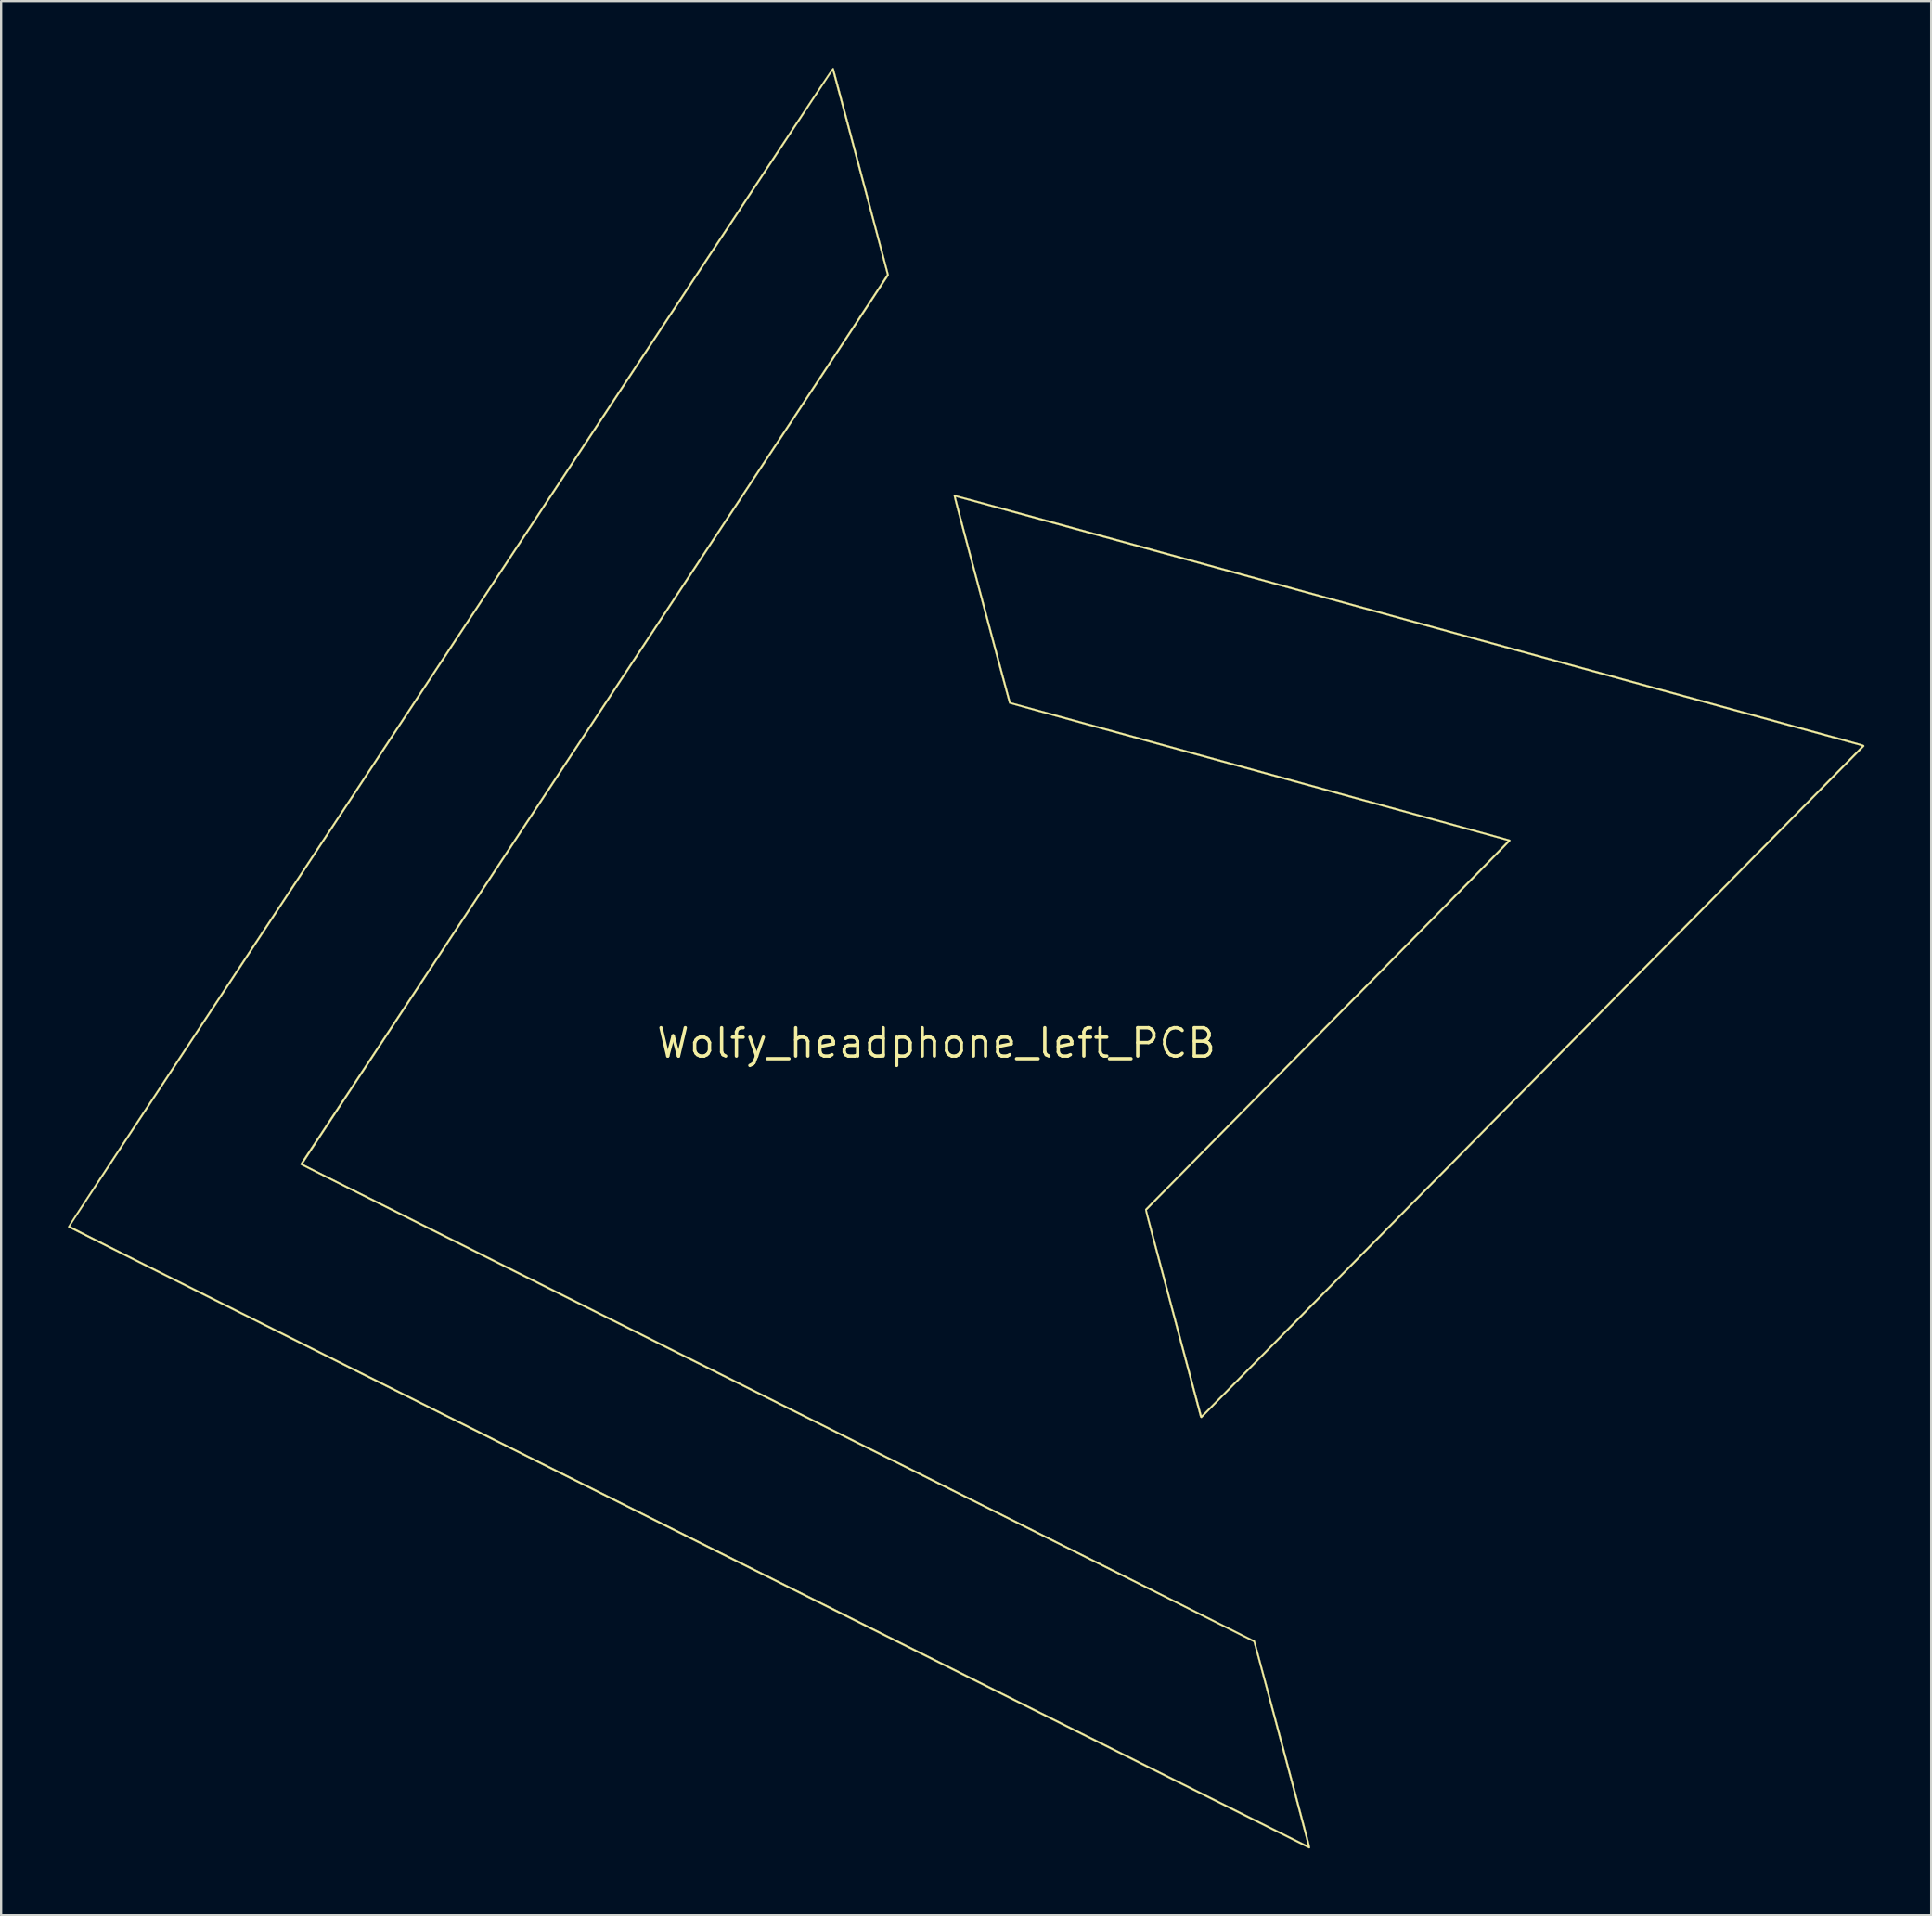
<source format=kicad_pcb>
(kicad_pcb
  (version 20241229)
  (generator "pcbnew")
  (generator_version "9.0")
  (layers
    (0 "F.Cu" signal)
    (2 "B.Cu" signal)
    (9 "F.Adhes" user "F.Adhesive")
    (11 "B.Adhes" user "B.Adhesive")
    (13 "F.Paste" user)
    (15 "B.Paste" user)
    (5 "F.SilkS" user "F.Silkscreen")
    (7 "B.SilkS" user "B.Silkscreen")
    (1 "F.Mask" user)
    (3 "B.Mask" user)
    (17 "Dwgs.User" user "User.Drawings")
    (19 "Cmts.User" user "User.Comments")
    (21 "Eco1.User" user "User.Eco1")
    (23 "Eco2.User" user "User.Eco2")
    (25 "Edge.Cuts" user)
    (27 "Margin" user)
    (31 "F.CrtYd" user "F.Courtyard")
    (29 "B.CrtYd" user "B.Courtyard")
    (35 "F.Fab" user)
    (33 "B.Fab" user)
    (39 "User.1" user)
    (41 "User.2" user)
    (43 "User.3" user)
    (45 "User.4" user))
  (footprint "Wolfy_headphone_left_PCB"
    (layer "F.Cu")
    (at 40.504 41.651)
    (property "Reference" "Wolfy_headphone_left_PCB" (at -1.5 2.15 180) (layer "F.SilkS") (effects (font (size 1.27 1.27) (thickness 0.15))))
    (attr through_hole)
    (fp_poly (pts (xy -0.703 -22.468) (xy -0.696 -22.467) (xy -0.686 -22.465) (xy -0.674 -22.463) (xy -0.658 -22.46) (xy -0.639 -22.456) (xy -0.616 -22.451) (xy -0.589 -22.444) (xy -0.557 -22.436) (xy -0.52 -22.427) (xy -0.478 -22.416) (xy -0.429 -22.404) (xy -0.375 -22.39) (xy -0.314 -22.373) (xy -0.246 -22.356) (xy -0.17 -22.335) (xy -0.087 -22.313) (xy 0.005 -22.289) (xy 0.104 -22.262) (xy 0.213 -22.233) (xy 0.331 -22.201) (xy 0.459 -22.166) (xy 0.597 -22.129) (xy 0.745 -22.088) (xy 0.904 -22.045) (xy 1.074 -21.999) (xy 1.256 -21.949) (xy 1.45 -21.896) (xy 1.656 -21.84) (xy 1.875 -21.78) (xy 2.107 -21.717) (xy 2.352 -21.649) (xy 2.611 -21.578) (xy 2.885 -21.503) (xy 3.173 -21.424) (xy 3.476 -21.341) (xy 3.795 -21.254) (xy 4.129 -21.162) (xy 4.48 -21.065) (xy 4.847 -20.965) (xy 5.231 -20.859) (xy 5.632 -20.749) (xy 6.051 -20.634) (xy 6.489 -20.513) (xy 6.944 -20.388) (xy 7.419 -20.258) (xy 7.913 -20.122) (xy 8.426 -19.981) (xy 8.959 -19.834) (xy 9.513 -19.682) (xy 10.087 -19.524) (xy 10.683 -19.36) (xy 11.3 -19.19) (xy 11.939 -19.014) (xy 12.601 -18.832) (xy 13.285 -18.644) (xy 13.992 -18.449) (xy 14.722 -18.248) (xy 15.477 -18.041) (xy 16.046 -17.884) (xy 16.875 -17.656) (xy 17.68 -17.435) (xy 18.461 -17.22) (xy 19.218 -17.011) (xy 19.953 -16.809) (xy 20.666 -16.613) (xy 21.356 -16.423) (xy 22.025 -16.239) (xy 22.673 -16.061) (xy 23.3 -15.888) (xy 23.907 -15.721) (xy 24.493 -15.56) (xy 25.061 -15.404) (xy 25.609 -15.253) (xy 26.138 -15.107) (xy 26.649 -14.967) (xy 27.142 -14.831) (xy 27.618 -14.7) (xy 28.077 -14.574) (xy 28.519 -14.452) (xy 28.945 -14.335) (xy 29.355 -14.222) (xy 29.75 -14.114) (xy 30.129 -14.009) (xy 30.494 -13.909) (xy 30.845 -13.812) (xy 31.183 -13.719) (xy 31.507 -13.63) (xy 31.818 -13.544) (xy 32.116 -13.462) (xy 32.403 -13.384) (xy 32.678 -13.308) (xy 32.941 -13.235) (xy 33.194 -13.166) (xy 33.436 -13.099) (xy 33.669 -13.035) (xy 33.891 -12.974) (xy 34.105 -12.915) (xy 34.31 -12.859) (xy 34.506 -12.805) (xy 34.694 -12.753) (xy 34.875 -12.703) (xy 35.049 -12.655) (xy 35.216 -12.609) (xy 35.377 -12.565) (xy 35.532 -12.522) (xy 35.682 -12.481) (xy 35.826 -12.442) (xy 35.966 -12.403) (xy 36.102 -12.366) (xy 36.234 -12.33) (xy 36.362 -12.294) (xy 36.488 -12.26) (xy 36.611 -12.226) (xy 36.731 -12.193) (xy 36.85 -12.16) (xy 36.968 -12.127) (xy 37.085 -12.095) (xy 37.201 -12.063) (xy 37.318 -12.031) (xy 37.434 -11.999) (xy 37.552 -11.967) (xy 37.67 -11.934) (xy 37.79 -11.901) (xy 37.912 -11.868) (xy 38.037 -11.834) (xy 38.124 -11.81) (xy 38.386 -11.737) (xy 38.625 -11.671) (xy 38.842 -11.612) (xy 39.038 -11.558) (xy 39.213 -11.509) (xy 39.369 -11.466) (xy 39.507 -11.427) (xy 39.629 -11.393) (xy 39.734 -11.363) (xy 39.825 -11.337) (xy 39.902 -11.315) (xy 39.967 -11.296) (xy 40.021 -11.28) (xy 40.063 -11.266) (xy 40.097 -11.255) (xy 40.123 -11.246) (xy 40.141 -11.238) (xy 40.153 -11.232) (xy 40.161 -11.227) (xy 40.165 -11.223) (xy 40.165 -11.223) (xy 40.173 -11.195) (xy 40.171 -11.178) (xy 40.162 -11.169) (xy 40.135 -11.142) (xy 40.091 -11.097) (xy 40.031 -11.035) (xy 39.954 -10.957) (xy 39.861 -10.863) (xy 39.752 -10.752) (xy 39.628 -10.626) (xy 39.489 -10.485) (xy 39.335 -10.329) (xy 39.167 -10.159) (xy 38.985 -9.974) (xy 38.79 -9.776) (xy 38.581 -9.564) (xy 38.36 -9.339) (xy 38.126 -9.102) (xy 37.88 -8.853) (xy 37.622 -8.591) (xy 37.353 -8.318) (xy 37.072 -8.034) (xy 36.781 -7.739) (xy 36.48 -7.433) (xy 36.169 -7.117) (xy 35.848 -6.792) (xy 35.518 -6.457) (xy 35.178 -6.113) (xy 34.831 -5.76) (xy 34.475 -5.399) (xy 34.111 -5.031) (xy 33.74 -4.654) (xy 33.361 -4.271) (xy 32.976 -3.88) (xy 32.585 -3.483) (xy 32.187 -3.08) (xy 31.784 -2.671) (xy 31.375 -2.256) (xy 30.961 -1.837) (xy 30.543 -1.413) (xy 30.12 -0.984) (xy 29.694 -0.552) (xy 29.264 -0.116) (xy 28.83 0.323) (xy 28.394 0.765) (xy 27.956 1.21) (xy 27.515 1.657) (xy 27.072 2.106) (xy 26.628 2.556) (xy 26.183 3.007) (xy 25.737 3.459) (xy 25.291 3.911) (xy 24.845 4.363) (xy 24.399 4.815) (xy 23.954 5.266) (xy 23.51 5.716) (xy 23.068 6.165) (xy 22.627 6.612) (xy 22.188 7.057) (xy 21.752 7.499) (xy 21.319 7.938) (xy 20.889 8.374) (xy 20.462 8.806) (xy 20.04 9.234) (xy 19.621 9.658) (xy 19.208 10.078) (xy 18.799 10.492) (xy 18.396 10.901) (xy 17.998 11.304) (xy 17.607 11.7) (xy 17.222 12.091) (xy 16.843 12.474) (xy 16.472 12.85) (xy 16.108 13.219) (xy 15.753 13.58) (xy 15.405 13.932) (xy 15.066 14.275) (xy 14.736 14.61) (xy 14.415 14.935) (xy 14.103 15.251) (xy 13.802 15.556) (xy 13.511 15.851) (xy 13.231 16.135) (xy 12.962 16.407) (xy 12.704 16.669) (xy 12.458 16.918) (xy 12.224 17.155) (xy 12.003 17.379) (xy 11.794 17.59) (xy 11.599 17.788) (xy 11.417 17.972) (xy 11.249 18.142) (xy 11.096 18.297) (xy 10.957 18.438) (xy 10.833 18.564) (xy 10.724 18.674) (xy 10.631 18.768) (xy 10.554 18.845) (xy 10.494 18.906) (xy 10.45 18.95) (xy 10.424 18.977) (xy 10.415 18.986) (xy 10.397 18.984) (xy 10.379 18.977) (xy 10.354 18.959) (xy 10.344 18.943) (xy 10.341 18.93) (xy 10.331 18.892) (xy 10.314 18.832) (xy 10.292 18.749) (xy 10.265 18.646) (xy 10.231 18.522) (xy 10.193 18.379) (xy 10.15 18.217) (xy 10.102 18.038) (xy 10.049 17.841) (xy 9.993 17.629) (xy 9.932 17.401) (xy 9.867 17.159) (xy 9.799 16.904) (xy 9.727 16.636) (xy 9.652 16.356) (xy 9.575 16.065) (xy 9.494 15.764) (xy 9.412 15.454) (xy 9.326 15.136) (xy 9.239 14.809) (xy 9.15 14.477) (xy 9.098 14.28) (xy 8.99 13.877) (xy 8.889 13.498) (xy 8.794 13.142) (xy 8.705 12.809) (xy 8.622 12.497) (xy 8.544 12.205) (xy 8.472 11.935) (xy 8.405 11.683) (xy 8.343 11.45) (xy 8.286 11.236) (xy 8.234 11.038) (xy 8.186 10.858) (xy 8.142 10.693) (xy 8.103 10.543) (xy 8.067 10.408) (xy 8.036 10.286) (xy 8.007 10.177) (xy 7.982 10.081) (xy 7.961 9.996) (xy 7.942 9.922) (xy 7.926 9.858) (xy 7.913 9.803) (xy 7.902 9.757) (xy 7.893 9.719) (xy 7.886 9.688) (xy 7.881 9.663) (xy 7.878 9.645) (xy 7.876 9.631) (xy 7.876 9.621) (xy 7.876 9.616) (xy 7.877 9.613) (xy 7.887 9.603) (xy 7.914 9.575) (xy 7.958 9.53) (xy 8.019 9.468) (xy 8.096 9.389) (xy 8.189 9.294) (xy 8.298 9.184) (xy 8.421 9.059) (xy 8.559 8.918) (xy 8.712 8.763) (xy 8.878 8.594) (xy 9.058 8.412) (xy 9.251 8.216) (xy 9.456 8.007) (xy 9.674 7.786) (xy 9.904 7.553) (xy 10.145 7.308) (xy 10.397 7.052) (xy 10.66 6.785) (xy 10.933 6.507) (xy 11.217 6.22) (xy 11.509 5.923) (xy 11.811 5.617) (xy 12.122 5.302) (xy 12.441 4.978) (xy 12.768 4.647) (xy 13.102 4.307) (xy 13.443 3.961) (xy 13.792 3.608) (xy 14.146 3.248) (xy 14.507 2.882) (xy 14.873 2.511) (xy 15.244 2.135) (xy 15.62 1.754) (xy 16 1.368) (xy 16.037 1.331) (xy 16.487 0.875) (xy 16.926 0.429) (xy 17.355 -0.006) (xy 17.773 -0.43) (xy 18.181 -0.843) (xy 18.577 -1.245) (xy 18.961 -1.636) (xy 19.334 -2.014) (xy 19.696 -2.381) (xy 20.044 -2.735) (xy 20.381 -3.077) (xy 20.705 -3.406) (xy 21.016 -3.722) (xy 21.314 -4.025) (xy 21.598 -4.314) (xy 21.869 -4.589) (xy 22.126 -4.851) (xy 22.369 -5.098) (xy 22.598 -5.33) (xy 22.812 -5.548) (xy 23.011 -5.752) (xy 23.196 -5.939) (xy 23.365 -6.112) (xy 23.518 -6.268) (xy 23.656 -6.409) (xy 23.778 -6.534) (xy 23.883 -6.642) (xy 23.972 -6.733) (xy 24.045 -6.808) (xy 24.1 -6.865) (xy 24.138 -6.905) (xy 24.159 -6.927) (xy 24.163 -6.932) (xy 24.15 -6.936) (xy 24.113 -6.946) (xy 24.053 -6.963) (xy 23.97 -6.986) (xy 23.866 -7.015) (xy 23.74 -7.05) (xy 23.594 -7.09) (xy 23.428 -7.136) (xy 23.242 -7.187) (xy 23.038 -7.243) (xy 22.816 -7.305) (xy 22.577 -7.371) (xy 22.321 -7.441) (xy 22.049 -7.516) (xy 21.761 -7.595) (xy 21.459 -7.679) (xy 21.143 -7.766) (xy 20.813 -7.856) (xy 20.471 -7.951) (xy 20.117 -8.048) (xy 19.751 -8.149) (xy 19.374 -8.253) (xy 18.987 -8.359) (xy 18.591 -8.468) (xy 18.186 -8.58) (xy 17.772 -8.693) (xy 17.351 -8.809) (xy 16.923 -8.927) (xy 16.489 -9.046) (xy 16.363 -9.081) (xy 15.898 -9.209) (xy 15.43 -9.338) (xy 14.957 -9.468) (xy 14.482 -9.598) (xy 14.006 -9.729) (xy 13.529 -9.86) (xy 13.053 -9.991) (xy 12.578 -10.122) (xy 12.107 -10.252) (xy 11.639 -10.38) (xy 11.177 -10.507) (xy 10.721 -10.633) (xy 10.272 -10.756) (xy 9.831 -10.877) (xy 9.4 -10.996) (xy 8.98 -11.112) (xy 8.571 -11.224) (xy 8.174 -11.333) (xy 7.792 -11.438) (xy 7.424 -11.539) (xy 7.072 -11.636) (xy 6.737 -11.728) (xy 6.421 -11.815) (xy 6.124 -11.897) (xy 5.847 -11.973) (xy 5.591 -12.044) (xy 5.358 -12.108) (xy 5.18 -12.156) (xy 4.893 -12.235) (xy 4.613 -12.313) (xy 4.339 -12.388) (xy 4.074 -12.461) (xy 3.818 -12.532) (xy 3.573 -12.6) (xy 3.339 -12.665) (xy 3.117 -12.726) (xy 2.908 -12.784) (xy 2.714 -12.839) (xy 2.534 -12.889) (xy 2.372 -12.934) (xy 2.226 -12.975) (xy 2.098 -13.011) (xy 1.99 -13.042) (xy 1.902 -13.067) (xy 1.835 -13.086) (xy 1.79 -13.099) (xy 1.769 -13.106) (xy 1.767 -13.107) (xy 1.762 -13.121) (xy 1.751 -13.158) (xy 1.735 -13.217) (xy 1.712 -13.299) (xy 1.684 -13.402) (xy 1.65 -13.526) (xy 1.611 -13.668) (xy 1.567 -13.83) (xy 1.519 -14.009) (xy 1.466 -14.205) (xy 1.408 -14.417) (xy 1.347 -14.645) (xy 1.282 -14.886) (xy 1.213 -15.142) (xy 1.141 -15.41) (xy 1.066 -15.689) (xy 0.988 -15.98) (xy 0.907 -16.281) (xy 0.824 -16.591) (xy 0.739 -16.91) (xy 0.652 -17.236) (xy 0.562 -17.569) (xy 0.506 -17.783) (xy 0.398 -18.185) (xy 0.297 -18.563) (xy 0.202 -18.918) (xy 0.113 -19.251) (xy 0.03 -19.562) (xy -0.047 -19.853) (xy -0.119 -20.123) (xy -0.186 -20.373) (xy -0.248 -20.605) (xy -0.305 -20.82) (xy -0.357 -21.016) (xy -0.405 -21.197) (xy -0.449 -21.361) (xy -0.488 -21.511) (xy -0.524 -21.646) (xy -0.556 -21.768) (xy -0.584 -21.877) (xy -0.609 -21.973) (xy -0.631 -22.059) (xy -0.65 -22.133) (xy -0.666 -22.198) (xy -0.68 -22.253) (xy -0.691 -22.3) (xy -0.7 -22.34) (xy -0.707 -22.372) (xy -0.709 -22.382) (xy -0.632 -22.382) (xy -0.63 -22.369) (xy -0.621 -22.333) (xy -0.606 -22.274) (xy -0.585 -22.194) (xy -0.559 -22.094) (xy -0.527 -21.974) (xy -0.491 -21.836) (xy -0.45 -21.68) (xy -0.405 -21.508) (xy -0.355 -21.322) (xy -0.302 -21.12) (xy -0.245 -20.906) (xy -0.185 -20.68) (xy -0.122 -20.442) (xy -0.056 -20.195) (xy 0.012 -19.938) (xy 0.083 -19.674) (xy 0.155 -19.402) (xy 0.229 -19.125) (xy 0.305 -18.843) (xy 0.381 -18.557) (xy 0.458 -18.268) (xy 0.536 -17.977) (xy 0.614 -17.686) (xy 0.692 -17.395) (xy 0.769 -17.105) (xy 0.846 -16.818) (xy 0.922 -16.534) (xy 0.997 -16.254) (xy 1.07 -15.98) (xy 1.142 -15.713) (xy 1.212 -15.453) (xy 1.28 -15.201) (xy 1.345 -14.959) (xy 1.407 -14.728) (xy 1.466 -14.509) (xy 1.522 -14.302) (xy 1.574 -14.109) (xy 1.622 -13.931) (xy 1.666 -13.768) (xy 1.705 -13.623) (xy 1.74 -13.495) (xy 1.77 -13.387) (xy 1.794 -13.298) (xy 1.813 -13.23) (xy 1.826 -13.184) (xy 1.833 -13.162) (xy 1.834 -13.159) (xy 1.847 -13.155) (xy 1.884 -13.145) (xy 1.943 -13.129) (xy 2.024 -13.107) (xy 2.125 -13.079) (xy 2.246 -13.045) (xy 2.386 -13.007) (xy 2.543 -12.964) (xy 2.717 -12.916) (xy 2.907 -12.864) (xy 3.111 -12.807) (xy 3.33 -12.747) (xy 3.561 -12.684) (xy 3.804 -12.617) (xy 4.058 -12.547) (xy 4.322 -12.475) (xy 4.594 -12.4) (xy 4.875 -12.323) (xy 5.163 -12.243) (xy 5.358 -12.19) (xy 6.286 -11.935) (xy 7.189 -11.687) (xy 8.068 -11.445) (xy 8.923 -11.21) (xy 9.753 -10.982) (xy 10.56 -10.76) (xy 11.342 -10.545) (xy 12.101 -10.336) (xy 12.836 -10.134) (xy 13.547 -9.939) (xy 14.234 -9.749) (xy 14.898 -9.567) (xy 15.538 -9.391) (xy 16.155 -9.221) (xy 16.749 -9.058) (xy 17.319 -8.9) (xy 17.866 -8.75) (xy 18.39 -8.605) (xy 18.891 -8.467) (xy 19.37 -8.336) (xy 19.825 -8.21) (xy 20.258 -8.091) (xy 20.668 -7.978) (xy 21.055 -7.871) (xy 21.42 -7.77) (xy 21.763 -7.676) (xy 22.083 -7.587) (xy 22.381 -7.505) (xy 22.657 -7.428) (xy 22.911 -7.358) (xy 23.143 -7.294) (xy 23.353 -7.236) (xy 23.541 -7.183) (xy 23.707 -7.137) (xy 23.852 -7.097) (xy 23.975 -7.062) (xy 24.077 -7.033) (xy 24.157 -7.011) (xy 24.216 -6.994) (xy 24.254 -6.983) (xy 24.271 -6.977) (xy 24.272 -6.977) (xy 24.278 -6.953) (xy 24.278 -6.935) (xy 24.269 -6.924) (xy 24.242 -6.896) (xy 24.198 -6.85) (xy 24.136 -6.786) (xy 24.058 -6.705) (xy 23.963 -6.607) (xy 23.851 -6.493) (xy 23.722 -6.361) (xy 23.577 -6.213) (xy 23.416 -6.049) (xy 23.24 -5.869) (xy 23.047 -5.673) (xy 22.839 -5.461) (xy 22.616 -5.234) (xy 22.378 -4.992) (xy 22.125 -4.734) (xy 21.857 -4.462) (xy 21.575 -4.175) (xy 21.278 -3.874) (xy 20.968 -3.558) (xy 20.643 -3.229) (xy 20.305 -2.885) (xy 19.953 -2.528) (xy 19.588 -2.158) (xy 19.21 -1.774) (xy 18.819 -1.377) (xy 18.416 -0.967) (xy 18 -0.545) (xy 17.571 -0.111) (xy 17.131 0.336) (xy 16.678 0.795) (xy 16.318 1.16) (xy 15.941 1.543) (xy 15.567 1.922) (xy 15.198 2.296) (xy 14.833 2.666) (xy 14.474 3.03) (xy 14.12 3.389) (xy 13.772 3.742) (xy 13.431 4.088) (xy 13.096 4.427) (xy 12.769 4.759) (xy 12.449 5.083) (xy 12.138 5.399) (xy 11.835 5.707) (xy 11.541 6.005) (xy 11.256 6.294) (xy 10.981 6.573) (xy 10.716 6.842) (xy 10.461 7.1) (xy 10.218 7.347) (xy 9.986 7.582) (xy 9.765 7.806) (xy 9.557 8.017) (xy 9.362 8.215) (xy 9.179 8.4) (xy 9.01 8.572) (xy 8.855 8.729) (xy 8.714 8.872) (xy 8.588 9) (xy 8.477 9.113) (xy 8.382 9.21) (xy 8.302 9.291) (xy 8.239 9.355) (xy 8.192 9.403) (xy 8.163 9.433) (xy 8.154 9.442) (xy 7.946 9.656) (xy 9.174 14.257) (xy 9.264 14.591) (xy 9.352 14.92) (xy 9.437 15.241) (xy 9.521 15.554) (xy 9.603 15.859) (xy 9.682 16.154) (xy 9.758 16.438) (xy 9.831 16.711) (xy 9.901 16.972) (xy 9.967 17.22) (xy 10.03 17.454) (xy 10.088 17.673) (xy 10.143 17.877) (xy 10.193 18.064) (xy 10.239 18.233) (xy 10.279 18.385) (xy 10.315 18.518) (xy 10.345 18.63) (xy 10.37 18.722) (xy 10.389 18.793) (xy 10.402 18.841) (xy 10.409 18.865) (xy 10.41 18.869) (xy 10.421 18.864) (xy 10.446 18.843) (xy 10.483 18.808) (xy 10.53 18.763) (xy 10.584 18.709) (xy 10.602 18.69) (xy 10.618 18.675) (xy 10.65 18.641) (xy 10.701 18.59) (xy 10.768 18.522) (xy 10.851 18.437) (xy 10.951 18.336) (xy 11.068 18.218) (xy 11.199 18.084) (xy 11.347 17.935) (xy 11.509 17.77) (xy 11.686 17.59) (xy 11.878 17.396) (xy 12.084 17.187) (xy 12.304 16.964) (xy 12.538 16.727) (xy 12.785 16.476) (xy 13.045 16.213) (xy 13.318 15.936) (xy 13.603 15.647) (xy 13.9 15.345) (xy 14.209 15.032) (xy 14.53 14.707) (xy 14.862 14.37) (xy 15.205 14.022) (xy 15.558 13.664) (xy 15.922 13.295) (xy 16.296 12.916) (xy 16.68 12.527) (xy 17.073 12.128) (xy 17.475 11.72) (xy 17.886 11.304) (xy 18.306 10.878) (xy 18.734 10.444) (xy 19.17 10.002) (xy 19.613 9.553) (xy 20.064 9.096) (xy 20.522 8.631) (xy 20.987 8.16) (xy 21.458 7.683) (xy 21.935 7.199) (xy 22.418 6.709) (xy 22.907 6.214) (xy 23.401 5.713) (xy 23.9 5.207) (xy 24.403 4.697) (xy 24.911 4.182) (xy 25.423 3.663) (xy 25.424 3.662) (xy 25.935 3.144) (xy 26.442 2.63) (xy 26.944 2.121) (xy 27.442 1.617) (xy 27.934 1.118) (xy 28.421 0.624) (xy 28.902 0.136) (xy 29.377 -0.345) (xy 29.846 -0.821) (xy 30.308 -1.289) (xy 30.763 -1.751) (xy 31.211 -2.205) (xy 31.652 -2.652) (xy 32.085 -3.091) (xy 32.509 -3.521) (xy 32.926 -3.943) (xy 33.333 -4.357) (xy 33.732 -4.761) (xy 34.121 -5.156) (xy 34.501 -5.541) (xy 34.871 -5.916) (xy 35.231 -6.281) (xy 35.58 -6.635) (xy 35.919 -6.978) (xy 36.246 -7.311) (xy 36.563 -7.631) (xy 36.867 -7.94) (xy 37.16 -8.237) (xy 37.44 -8.522) (xy 37.708 -8.793) (xy 37.964 -9.052) (xy 38.206 -9.298) (xy 38.434 -9.53) (xy 38.649 -9.748) (xy 38.85 -9.952) (xy 39.037 -10.141) (xy 39.209 -10.316) (xy 39.366 -10.475) (xy 39.509 -10.62) (xy 39.635 -10.748) (xy 39.746 -10.861) (xy 39.841 -10.957) (xy 39.919 -11.037) (xy 39.981 -11.1) (xy 40.026 -11.145) (xy 40.054 -11.174) (xy 40.064 -11.184) (xy 40.064 -11.184) (xy 40.054 -11.191) (xy 40.026 -11.202) (xy 39.983 -11.215) (xy 39.969 -11.219) (xy 39.953 -11.223) (xy 39.914 -11.234) (xy 39.85 -11.251) (xy 39.763 -11.275) (xy 39.654 -11.305) (xy 39.522 -11.342) (xy 39.368 -11.384) (xy 39.192 -11.432) (xy 38.995 -11.486) (xy 38.778 -11.546) (xy 38.539 -11.612) (xy 38.281 -11.683) (xy 38.003 -11.759) (xy 37.706 -11.841) (xy 37.39 -11.928) (xy 37.056 -12.02) (xy 36.704 -12.117) (xy 36.334 -12.219) (xy 35.947 -12.325) (xy 35.543 -12.436) (xy 35.123 -12.552) (xy 34.687 -12.672) (xy 34.235 -12.796) (xy 33.768 -12.924) (xy 33.286 -13.057) (xy 32.79 -13.193) (xy 32.28 -13.334) (xy 31.757 -13.478) (xy 31.22 -13.625) (xy 30.671 -13.777) (xy 30.109 -13.931) (xy 29.536 -14.089) (xy 28.951 -14.25) (xy 28.355 -14.414) (xy 27.748 -14.581) (xy 27.131 -14.751) (xy 26.504 -14.923) (xy 25.867 -15.098) (xy 25.222 -15.276) (xy 24.567 -15.456) (xy 23.905 -15.638) (xy 23.235 -15.823) (xy 22.557 -16.009) (xy 21.872 -16.198) (xy 21.181 -16.388) (xy 20.483 -16.58) (xy 19.779 -16.774) (xy 19.622 -16.817) (xy 18.918 -17.011) (xy 18.219 -17.203) (xy 17.527 -17.393) (xy 16.841 -17.582) (xy 16.163 -17.769) (xy 15.492 -17.953) (xy 14.829 -18.136) (xy 14.174 -18.316) (xy 13.527 -18.494) (xy 12.89 -18.669) (xy 12.262 -18.841) (xy 11.644 -19.011) (xy 11.036 -19.179) (xy 10.439 -19.343) (xy 9.854 -19.504) (xy 9.279 -19.662) (xy 8.717 -19.816) (xy 8.166 -19.968) (xy 7.629 -20.115) (xy 7.104 -20.26) (xy 6.593 -20.4) (xy 6.096 -20.537) (xy 5.614 -20.669) (xy 5.146 -20.798) (xy 4.693 -20.922) (xy 4.255 -21.042) (xy 3.834 -21.158) (xy 3.429 -21.269) (xy 3.04 -21.376) (xy 2.669 -21.478) (xy 2.315 -21.575) (xy 1.979 -21.667) (xy 1.662 -21.755) (xy 1.363 -21.836) (xy 1.083 -21.913) (xy 0.823 -21.984) (xy 0.583 -22.05) (xy 0.364 -22.111) (xy 0.165 -22.165) (xy -0.013 -22.214) (xy -0.17 -22.256) (xy -0.304 -22.293) (xy -0.416 -22.324) (xy -0.505 -22.348) (xy -0.571 -22.366) (xy -0.613 -22.377) (xy -0.632 -22.382) (xy -0.632 -22.382) (xy -0.709 -22.382) (xy -0.713 -22.398) (xy -0.716 -22.418) (xy -0.719 -22.434) (xy -0.72 -22.446) (xy -0.72 -22.454) (xy -0.719 -22.459) (xy -0.717 -22.463) (xy -0.715 -22.465) (xy -0.715 -22.466) (xy -0.714 -22.467) (xy -0.712 -22.467) (xy -0.708 -22.468) (xy -0.703 -22.468)) (stroke (width 0.01) (type solid)) (fill yes) (layer "F.SilkS"))
    (fp_poly (pts (xy -6.124 -41.638) (xy -6.113 -41.634) (xy -6.109 -41.621) (xy -6.098 -41.584) (xy -6.082 -41.526) (xy -6.061 -41.445) (xy -6.033 -41.345) (xy -6.001 -41.225) (xy -5.964 -41.086) (xy -5.922 -40.931) (xy -5.876 -40.759) (xy -5.825 -40.571) (xy -5.771 -40.37) (xy -5.714 -40.155) (xy -5.653 -39.928) (xy -5.589 -39.69) (xy -5.523 -39.442) (xy -5.454 -39.185) (xy -5.384 -38.92) (xy -5.311 -38.648) (xy -5.237 -38.369) (xy -5.161 -38.086) (xy -5.085 -37.799) (xy -5.007 -37.509) (xy -4.929 -37.218) (xy -4.851 -36.925) (xy -4.774 -36.633) (xy -4.696 -36.342) (xy -4.619 -36.053) (xy -4.543 -35.767) (xy -4.468 -35.486) (xy -4.395 -35.211) (xy -4.323 -34.941) (xy -4.254 -34.68) (xy -4.186 -34.426) (xy -4.121 -34.182) (xy -4.06 -33.949) (xy -4.001 -33.727) (xy -3.945 -33.518) (xy -3.893 -33.323) (xy -3.845 -33.142) (xy -3.802 -32.977) (xy -3.763 -32.828) (xy -3.728 -32.698) (xy -3.699 -32.586) (xy -3.675 -32.494) (xy -3.656 -32.423) (xy -3.644 -32.374) (xy -3.637 -32.347) (xy -3.636 -32.343) (xy -3.643 -32.332) (xy -3.664 -32.3) (xy -3.699 -32.247) (xy -3.746 -32.174) (xy -3.807 -32.082) (xy -3.881 -31.969) (xy -3.967 -31.838) (xy -4.066 -31.687) (xy -4.178 -31.518) (xy -4.301 -31.331) (xy -4.436 -31.126) (xy -4.583 -30.903) (xy -4.741 -30.663) (xy -4.91 -30.406) (xy -5.09 -30.132) (xy -5.281 -29.842) (xy -5.483 -29.536) (xy -5.695 -29.215) (xy -5.917 -28.878) (xy -6.149 -28.526) (xy -6.39 -28.16) (xy -6.641 -27.779) (xy -6.902 -27.384) (xy -7.171 -26.976) (xy -7.449 -26.554) (xy -7.735 -26.119) (xy -8.031 -25.672) (xy -8.334 -25.212) (xy -8.645 -24.74) (xy -8.964 -24.257) (xy -9.29 -23.762) (xy -9.624 -23.256) (xy -9.964 -22.739) (xy -10.312 -22.212) (xy -10.666 -21.675) (xy -11.027 -21.129) (xy -11.394 -20.572) (xy -11.767 -20.007) (xy -12.145 -19.433) (xy -12.53 -18.85) (xy -12.919 -18.26) (xy -13.314 -17.662) (xy -13.714 -17.056) (xy -14.118 -16.443) (xy -14.527 -15.823) (xy -14.94 -15.197) (xy -15.357 -14.565) (xy -15.778 -13.927) (xy -16.203 -13.283) (xy -16.631 -12.635) (xy -16.8 -12.378) (xy -17.229 -11.727) (xy -17.655 -11.082) (xy -18.078 -10.441) (xy -18.496 -9.807) (xy -18.911 -9.178) (xy -19.321 -8.556) (xy -19.728 -7.941) (xy -20.129 -7.332) (xy -20.526 -6.731) (xy -20.917 -6.137) (xy -21.304 -5.552) (xy -21.684 -4.975) (xy -22.06 -4.406) (xy -22.429 -3.846) (xy -22.792 -3.296) (xy -23.149 -2.755) (xy -23.499 -2.224) (xy -23.842 -1.704) (xy -24.179 -1.194) (xy -24.508 -0.694) (xy -24.83 -0.207) (xy -25.144 0.27) (xy -25.45 0.734) (xy -25.748 1.186) (xy -26.038 1.626) (xy -26.32 2.052) (xy -26.592 2.466) (xy -26.856 2.866) (xy -27.111 3.252) (xy -27.356 3.624) (xy -27.591 3.981) (xy -27.817 4.323) (xy -28.033 4.651) (xy -28.239 4.963) (xy -28.434 5.259) (xy -28.618 5.538) (xy -28.792 5.802) (xy -28.954 6.048) (xy -29.106 6.278) (xy -29.245 6.49) (xy -29.373 6.684) (xy -29.489 6.86) (xy -29.593 7.017) (xy -29.684 7.156) (xy -29.763 7.276) (xy -29.829 7.376) (xy -29.882 7.456) (xy -29.921 7.517) (xy -29.948 7.557) (xy -29.96 7.576) (xy -29.961 7.578) (xy -29.95 7.584) (xy -29.916 7.601) (xy -29.861 7.629) (xy -29.783 7.668) (xy -29.685 7.718) (xy -29.565 7.778) (xy -29.425 7.849) (xy -29.264 7.929) (xy -29.084 8.02) (xy -28.884 8.12) (xy -28.665 8.23) (xy -28.427 8.35) (xy -28.17 8.478) (xy -27.896 8.616) (xy -27.603 8.763) (xy -27.293 8.918) (xy -26.966 9.082) (xy -26.622 9.254) (xy -26.262 9.435) (xy -25.886 9.623) (xy -25.494 9.82) (xy -25.087 10.024) (xy -24.664 10.236) (xy -24.227 10.454) (xy -23.776 10.68) (xy -23.311 10.913) (xy -22.832 11.153) (xy -22.34 11.4) (xy -21.835 11.653) (xy -21.317 11.912) (xy -20.787 12.177) (xy -20.246 12.448) (xy -19.693 12.725) (xy -19.129 13.008) (xy -18.553 13.296) (xy -17.968 13.589) (xy -17.372 13.887) (xy -16.767 14.19) (xy -16.152 14.498) (xy -15.528 14.81) (xy -14.896 15.126) (xy -14.255 15.447) (xy -13.606 15.772) (xy -12.95 16.1) (xy -12.286 16.432) (xy -11.615 16.768) (xy -10.938 17.107) (xy -10.255 17.449) (xy -9.565 17.794) (xy -8.87 18.142) (xy -8.591 18.282) (xy -7.893 18.63) (xy -7.202 18.977) (xy -6.516 19.32) (xy -5.836 19.66) (xy -5.162 19.997) (xy -4.495 20.331) (xy -3.836 20.661) (xy -3.184 20.987) (xy -2.539 21.31) (xy -1.903 21.628) (xy -1.276 21.942) (xy -0.657 22.252) (xy -0.047 22.557) (xy 0.552 22.857) (xy 1.142 23.152) (xy 1.722 23.442) (xy 2.291 23.727) (xy 2.849 24.006) (xy 3.395 24.28) (xy 3.93 24.548) (xy 4.453 24.81) (xy 4.964 25.065) (xy 5.461 25.314) (xy 5.946 25.557) (xy 6.417 25.793) (xy 6.875 26.022) (xy 7.318 26.244) (xy 7.747 26.459) (xy 8.16 26.666) (xy 8.559 26.866) (xy 8.942 27.058) (xy 9.309 27.242) (xy 9.66 27.417) (xy 9.995 27.585) (xy 10.312 27.744) (xy 10.612 27.894) (xy 10.894 28.036) (xy 11.159 28.168) (xy 11.405 28.292) (xy 11.632 28.406) (xy 11.84 28.51) (xy 12.029 28.605) (xy 12.198 28.69) (xy 12.347 28.764) (xy 12.475 28.829) (xy 12.583 28.883) (xy 12.669 28.926) (xy 12.734 28.959) (xy 12.777 28.981) (xy 12.798 28.992) (xy 12.8 28.993) (xy 12.805 29.006) (xy 12.816 29.044) (xy 12.833 29.104) (xy 12.856 29.186) (xy 12.885 29.29) (xy 12.919 29.414) (xy 12.958 29.559) (xy 13.003 29.722) (xy 13.052 29.903) (xy 13.106 30.102) (xy 13.164 30.317) (xy 13.227 30.548) (xy 13.293 30.795) (xy 13.364 31.055) (xy 13.438 31.329) (xy 13.515 31.616) (xy 13.595 31.914) (xy 13.678 32.224) (xy 13.764 32.544) (xy 13.852 32.873) (xy 13.943 33.211) (xy 14.036 33.557) (xy 14.059 33.643) (xy 14.167 34.046) (xy 14.268 34.425) (xy 14.363 34.782) (xy 14.453 35.115) (xy 14.536 35.427) (xy 14.614 35.719) (xy 14.686 35.99) (xy 14.753 36.241) (xy 14.815 36.474) (xy 14.872 36.688) (xy 14.925 36.886) (xy 14.973 37.066) (xy 15.016 37.231) (xy 15.056 37.381) (xy 15.091 37.516) (xy 15.123 37.637) (xy 15.151 37.745) (xy 15.176 37.842) (xy 15.198 37.926) (xy 15.216 38) (xy 15.232 38.063) (xy 15.246 38.117) (xy 15.256 38.162) (xy 15.265 38.2) (xy 15.271 38.23) (xy 15.276 38.253) (xy 15.279 38.271) (xy 15.281 38.284) (xy 15.281 38.292) (xy 15.28 38.297) (xy 15.279 38.297) (xy 15.256 38.315) (xy 15.24 38.318) (xy 15.228 38.313) (xy 15.194 38.296) (xy 15.137 38.268) (xy 15.059 38.229) (xy 14.959 38.179) (xy 14.839 38.119) (xy 14.697 38.048) (xy 14.535 37.967) (xy 14.352 37.876) (xy 14.15 37.775) (xy 13.927 37.664) (xy 13.686 37.544) (xy 13.425 37.414) (xy 13.146 37.274) (xy 12.849 37.125) (xy 12.533 36.968) (xy 12.199 36.801) (xy 11.848 36.626) (xy 11.48 36.441) (xy 11.095 36.249) (xy 10.693 36.048) (xy 10.276 35.839) (xy 9.842 35.622) (xy 9.392 35.398) (xy 8.927 35.165) (xy 8.448 34.925) (xy 7.953 34.678) (xy 7.444 34.424) (xy 6.921 34.162) (xy 6.384 33.893) (xy 5.834 33.618) (xy 5.27 33.336) (xy 4.694 33.048) (xy 4.104 32.753) (xy 3.503 32.453) (xy 2.89 32.146) (xy 2.265 31.833) (xy 1.629 31.515) (xy 0.981 31.191) (xy 0.323 30.862) (xy -0.345 30.528) (xy -1.024 30.188) (xy -1.712 29.844) (xy -2.41 29.495) (xy -3.117 29.141) (xy -3.833 28.783) (xy -4.557 28.421) (xy -5.29 28.054) (xy -6.031 27.684) (xy -6.779 27.309) (xy -7.535 26.931) (xy -8.298 26.549) (xy -9.067 26.164) (xy -9.843 25.776) (xy -10.625 25.385) (xy -11.413 24.991) (xy -12.206 24.594) (xy -12.632 24.381) (xy -13.627 23.883) (xy -14.599 23.396) (xy -15.549 22.921) (xy -16.477 22.456) (xy -17.384 22.003) (xy -18.269 21.56) (xy -19.132 21.128) (xy -19.974 20.706) (xy -20.796 20.295) (xy -21.597 19.895) (xy -22.377 19.504) (xy -23.137 19.124) (xy -23.877 18.753) (xy -24.598 18.392) (xy -25.299 18.042) (xy -25.98 17.7) (xy -26.643 17.369) (xy -27.287 17.047) (xy -27.912 16.734) (xy -28.518 16.43) (xy -29.107 16.135) (xy -29.677 15.85) (xy -30.23 15.573) (xy -30.766 15.305) (xy -31.284 15.045) (xy -31.785 14.794) (xy -32.269 14.551) (xy -32.737 14.317) (xy -33.189 14.091) (xy -33.624 13.873) (xy -34.044 13.663) (xy -34.448 13.46) (xy -34.836 13.265) (xy -35.209 13.078) (xy -35.568 12.899) (xy -35.911 12.727) (xy -36.24 12.561) (xy -36.555 12.404) (xy -36.856 12.253) (xy -37.143 12.109) (xy -37.416 11.972) (xy -37.676 11.841) (xy -37.923 11.717) (xy -38.157 11.6) (xy -38.378 11.488) (xy -38.587 11.383) (xy -38.783 11.285) (xy -38.968 11.192) (xy -39.141 11.105) (xy -39.302 11.023) (xy -39.452 10.948) (xy -39.591 10.878) (xy -39.718 10.813) (xy -39.836 10.754) (xy -39.943 10.7) (xy -40.04 10.651) (xy -40.126 10.606) (xy -40.204 10.567) (xy -40.271 10.533) (xy -40.33 10.503) (xy -40.379 10.477) (xy -40.419 10.456) (xy -40.451 10.439) (xy -40.475 10.427) (xy -40.49 10.418) (xy -40.498 10.414) (xy -40.499 10.413) (xy -40.499 10.411) (xy -40.499 10.408) (xy -40.497 10.404) (xy -40.494 10.398) (xy -40.49 10.39) (xy -40.485 10.38) (xy -40.479 10.369) (xy -40.407 10.369) (xy -40.402 10.373) (xy -40.386 10.382) (xy -40.36 10.396) (xy -40.322 10.416) (xy -40.273 10.441) (xy -40.212 10.473) (xy -40.139 10.51) (xy -40.054 10.553) (xy -39.956 10.603) (xy -39.846 10.659) (xy -39.722 10.722) (xy -39.586 10.791) (xy -39.436 10.866) (xy -39.272 10.949) (xy -39.094 11.039) (xy -38.902 11.135) (xy -38.696 11.239) (xy -38.475 11.35) (xy -38.238 11.469) (xy -37.987 11.596) (xy -37.72 11.73) (xy -37.437 11.872) (xy -37.138 12.022) (xy -36.823 12.18) (xy -36.491 12.346) (xy -36.143 12.521) (xy -35.778 12.704) (xy -35.395 12.896) (xy -34.995 13.097) (xy -34.576 13.306) (xy -34.14 13.525) (xy -33.686 13.752) (xy -33.213 13.989) (xy -32.721 14.236) (xy -32.21 14.491) (xy -31.68 14.757) (xy -31.13 15.032) (xy -30.561 15.317) (xy -29.971 15.612) (xy -29.361 15.918) (xy -28.731 16.233) (xy -28.079 16.559) (xy -27.407 16.896) (xy -26.713 17.243) (xy -25.997 17.601) (xy -25.26 17.97) (xy -24.501 18.35) (xy -23.719 18.742) (xy -23.386 18.908) (xy -22.204 19.499) (xy -21.045 20.079) (xy -19.908 20.648) (xy -18.794 21.206) (xy -17.701 21.752) (xy -16.631 22.288) (xy -15.581 22.813) (xy -14.554 23.327) (xy -13.547 23.831) (xy -12.562 24.324) (xy -11.597 24.807) (xy -10.653 25.279) (xy -9.73 25.741) (xy -8.827 26.193) (xy -7.944 26.635) (xy -7.081 27.066) (xy -6.237 27.488) (xy -5.414 27.9) (xy -4.609 28.303) (xy -3.824 28.696) (xy -3.058 29.079) (xy -2.311 29.453) (xy -1.582 29.817) (xy -0.872 30.173) (xy -0.18 30.519) (xy 0.493 30.856) (xy 1.149 31.184) (xy 1.787 31.503) (xy 2.408 31.814) (xy 3.011 32.116) (xy 3.597 32.409) (xy 4.166 32.693) (xy 4.718 32.97) (xy 5.254 33.238) (xy 5.773 33.497) (xy 6.276 33.749) (xy 6.763 33.993) (xy 7.234 34.228) (xy 7.689 34.456) (xy 8.129 34.676) (xy 8.554 34.888) (xy 8.963 35.093) (xy 9.357 35.29) (xy 9.737 35.48) (xy 10.102 35.663) (xy 10.452 35.838) (xy 10.789 36.006) (xy 11.111 36.167) (xy 11.42 36.322) (xy 11.714 36.469) (xy 11.996 36.61) (xy 12.264 36.744) (xy 12.519 36.871) (xy 12.761 36.992) (xy 12.99 37.107) (xy 13.207 37.215) (xy 13.411 37.318) (xy 13.603 37.414) (xy 13.783 37.504) (xy 13.952 37.588) (xy 14.108 37.666) (xy 14.254 37.739) (xy 14.388 37.806) (xy 14.511 37.867) (xy 14.623 37.923) (xy 14.724 37.974) (xy 14.815 38.019) (xy 14.895 38.059) (xy 14.965 38.094) (xy 15.026 38.124) (xy 15.076 38.149) (xy 15.117 38.17) (xy 15.149 38.185) (xy 15.171 38.196) (xy 15.184 38.203) (xy 15.189 38.205) (xy 15.186 38.193) (xy 15.177 38.157) (xy 15.162 38.099) (xy 15.141 38.018) (xy 15.114 37.916) (xy 15.082 37.795) (xy 15.045 37.653) (xy 15.002 37.494) (xy 14.955 37.317) (xy 14.904 37.123) (xy 14.848 36.913) (xy 14.788 36.688) (xy 14.724 36.449) (xy 14.657 36.196) (xy 14.587 35.932) (xy 14.513 35.655) (xy 14.436 35.368) (xy 14.357 35.071) (xy 14.275 34.766) (xy 14.192 34.452) (xy 14.106 34.131) (xy 14.018 33.803) (xy 14.013 33.783) (xy 13.924 33.453) (xy 13.838 33.129) (xy 13.753 32.811) (xy 13.67 32.501) (xy 13.589 32.199) (xy 13.51 31.906) (xy 13.435 31.623) (xy 13.362 31.351) (xy 13.292 31.091) (xy 13.226 30.843) (xy 13.163 30.61) (xy 13.105 30.391) (xy 13.05 30.187) (xy 13 30) (xy 12.955 29.83) (xy 12.914 29.679) (xy 12.878 29.546) (xy 12.848 29.434) (xy 12.824 29.342) (xy 12.805 29.273) (xy 12.792 29.226) (xy 12.786 29.203) (xy 12.743 29.046) (xy -8.65 18.342) (xy -9.578 17.877) (xy -10.484 17.424) (xy -11.367 16.982) (xy -12.228 16.552) (xy -13.066 16.132) (xy -13.883 15.723) (xy -14.678 15.325) (xy -15.451 14.939) (xy -16.202 14.563) (xy -16.932 14.197) (xy -17.64 13.843) (xy -18.327 13.499) (xy -18.993 13.165) (xy -19.638 12.842) (xy -20.263 12.53) (xy -20.866 12.227) (xy -21.449 11.935) (xy -22.012 11.654) (xy -22.554 11.382) (xy -23.076 11.121) (xy -23.578 10.869) (xy -24.06 10.627) (xy -24.522 10.396) (xy -24.965 10.174) (xy -25.388 9.962) (xy -25.792 9.759) (xy -26.177 9.566) (xy -26.543 9.383) (xy -26.889 9.209) (xy -27.217 9.044) (xy -27.526 8.889) (xy -27.817 8.743) (xy -28.089 8.606) (xy -28.343 8.479) (xy -28.579 8.36) (xy -28.797 8.25) (xy -28.996 8.15) (xy -29.179 8.058) (xy -29.343 7.975) (xy -29.49 7.901) (xy -29.62 7.835) (xy -29.733 7.778) (xy -29.828 7.729) (xy -29.907 7.689) (xy -29.968 7.658) (xy -30.013 7.634) (xy -30.042 7.619) (xy -30.054 7.612) (xy -30.055 7.612) (xy -30.058 7.59) (xy -30.049 7.561) (xy -30.028 7.525) (xy -30.02 7.513) (xy -29.998 7.479) (xy -29.962 7.425) (xy -29.913 7.351) (xy -29.851 7.257) (xy -29.777 7.144) (xy -29.689 7.011) (xy -29.589 6.859) (xy -29.477 6.689) (xy -29.352 6.5) (xy -29.216 6.294) (xy -29.068 6.07) (xy -28.909 5.829) (xy -28.739 5.57) (xy -28.558 5.296) (xy -28.366 5.004) (xy -28.163 4.697) (xy -27.95 4.375) (xy -27.727 4.037) (xy -27.494 3.684) (xy -27.252 3.317) (xy -27 2.935) (xy -26.739 2.539) (xy -26.469 2.13) (xy -26.19 1.707) (xy -25.903 1.271) (xy -25.607 0.823) (xy -25.303 0.362) (xy -24.991 -0.11) (xy -24.671 -0.595) (xy -24.344 -1.09) (xy -24.01 -1.597) (xy -23.669 -2.114) (xy -23.321 -2.642) (xy -22.966 -3.18) (xy -22.605 -3.727) (xy -22.237 -4.284) (xy -21.864 -4.849) (xy -21.485 -5.424) (xy -21.1 -6.007) (xy -20.71 -6.598) (xy -20.315 -7.196) (xy -19.916 -7.802) (xy -19.511 -8.415) (xy -19.102 -9.035) (xy -18.689 -9.662) (xy -18.272 -10.294) (xy -17.851 -10.932) (xy -17.426 -11.575) (xy -16.998 -12.224) (xy -16.854 -12.442) (xy -16.425 -13.092) (xy -15.999 -13.737) (xy -15.577 -14.377) (xy -15.159 -15.011) (xy -14.745 -15.639) (xy -14.335 -16.26) (xy -13.929 -16.875) (xy -13.528 -17.483) (xy -13.132 -18.084) (xy -12.741 -18.677) (xy -12.355 -19.262) (xy -11.974 -19.839) (xy -11.6 -20.407) (xy -11.231 -20.966) (xy -10.868 -21.516) (xy -10.512 -22.056) (xy -10.162 -22.587) (xy -9.819 -23.107) (xy -9.483 -23.616) (xy -9.154 -24.115) (xy -8.833 -24.602) (xy -8.519 -25.078) (xy -8.214 -25.542) (xy -7.916 -25.993) (xy -7.627 -26.432) (xy -7.346 -26.858) (xy -7.074 -27.271) (xy -6.81 -27.671) (xy -6.556 -28.056) (xy -6.312 -28.428) (xy -6.076 -28.784) (xy -5.851 -29.126) (xy -5.636 -29.453) (xy -5.431 -29.764) (xy -5.236 -30.06) (xy -5.053 -30.339) (xy -4.88 -30.602) (xy -4.718 -30.848) (xy -4.567 -31.076) (xy -4.428 -31.288) (xy -4.301 -31.481) (xy -4.186 -31.656) (xy -4.083 -31.813) (xy -3.992 -31.951) (xy -3.914 -32.07) (xy -3.849 -32.17) (xy -3.796 -32.25) (xy -3.757 -32.309) (xy -3.732 -32.349) (xy -3.72 -32.367) (xy -3.719 -32.369) (xy -3.723 -32.382) (xy -3.732 -32.419) (xy -3.748 -32.479) (xy -3.769 -32.56) (xy -3.796 -32.661) (xy -3.828 -32.781) (xy -3.865 -32.92) (xy -3.907 -33.076) (xy -3.952 -33.248) (xy -4.002 -33.435) (xy -4.056 -33.637) (xy -4.113 -33.851) (xy -4.174 -34.078) (xy -4.237 -34.315) (xy -4.303 -34.563) (xy -4.371 -34.819) (xy -4.442 -35.083) (xy -4.514 -35.355) (xy -4.588 -35.631) (xy -4.664 -35.913) (xy -4.74 -36.198) (xy -4.817 -36.486) (xy -4.894 -36.776) (xy -4.972 -37.066) (xy -5.049 -37.356) (xy -5.126 -37.645) (xy -5.203 -37.931) (xy -5.278 -38.213) (xy -5.353 -38.491) (xy -5.425 -38.763) (xy -5.496 -39.028) (xy -5.565 -39.286) (xy -5.632 -39.535) (xy -5.696 -39.774) (xy -5.757 -40.003) (xy -5.815 -40.219) (xy -5.87 -40.423) (xy -5.921 -40.612) (xy -5.968 -40.787) (xy -6.01 -40.946) (xy -6.048 -41.087) (xy -6.082 -41.211) (xy -6.11 -41.316) (xy -6.132 -41.4) (xy -6.15 -41.463) (xy -6.161 -41.504) (xy -6.166 -41.521) (xy -6.166 -41.522) (xy -6.173 -41.511) (xy -6.194 -41.48) (xy -6.228 -41.428) (xy -6.276 -41.356) (xy -6.337 -41.265) (xy -6.41 -41.154) (xy -6.496 -41.023) (xy -6.595 -40.874) (xy -6.705 -40.707) (xy -6.828 -40.521) (xy -6.962 -40.318) (xy -7.108 -40.098) (xy -7.265 -39.86) (xy -7.433 -39.606) (xy -7.611 -39.335) (xy -7.801 -39.049) (xy -8 -38.747) (xy -8.21 -38.429) (xy -8.429 -38.097) (xy -8.658 -37.75) (xy -8.896 -37.389) (xy -9.144 -37.015) (xy -9.4 -36.626) (xy -9.665 -36.225) (xy -9.939 -35.81) (xy -10.22 -35.384) (xy -10.51 -34.945) (xy -10.808 -34.494) (xy -11.113 -34.032) (xy -11.425 -33.559) (xy -11.744 -33.075) (xy -12.07 -32.581) (xy -12.403 -32.077) (xy -12.742 -31.563) (xy -13.087 -31.04) (xy -13.439 -30.508) (xy -13.796 -29.967) (xy -14.158 -29.418) (xy -14.525 -28.862) (xy -14.898 -28.297) (xy -15.275 -27.726) (xy -15.657 -27.147) (xy -16.043 -26.562) (xy -16.433 -25.971) (xy -16.827 -25.374) (xy -17.224 -24.772) (xy -17.625 -24.164) (xy -18.029 -23.552) (xy -18.436 -22.935) (xy -18.846 -22.315) (xy -19.258 -21.69) (xy -19.672 -21.062) (xy -20.089 -20.431) (xy -20.507 -19.798) (xy -20.926 -19.162) (xy -21.347 -18.525) (xy -21.769 -17.885) (xy -22.192 -17.245) (xy -22.615 -16.603) (xy -23.039 -15.961) (xy -23.462 -15.319) (xy -23.886 -14.677) (xy -24.31 -14.035) (xy -24.732 -13.394) (xy -25.154 -12.755) (xy -25.575 -12.117) (xy -25.995 -11.48) (xy -26.413 -10.846) (xy -26.83 -10.215) (xy -27.245 -9.587) (xy -27.657 -8.961) (xy -28.067 -8.34) (xy -28.475 -7.723) (xy -28.879 -7.109) (xy -29.281 -6.501) (xy -29.679 -5.897) (xy -30.073 -5.299) (xy -30.464 -4.707) (xy -30.851 -4.121) (xy -31.233 -3.541) (xy -31.611 -2.968) (xy -31.985 -2.402) (xy -32.353 -1.844) (xy -32.716 -1.293) (xy -33.074 -0.751) (xy -33.426 -0.217) (xy -33.772 0.308) (xy -34.113 0.823) (xy -34.447 1.329) (xy -34.774 1.826) (xy -35.094 2.311) (xy -35.408 2.787) (xy -35.714 3.251) (xy -36.013 3.704) (xy -36.304 4.145) (xy -36.587 4.574) (xy -36.862 4.991) (xy -37.128 5.395) (xy -37.386 5.786) (xy -37.635 6.164) (xy -37.875 6.527) (xy -38.106 6.877) (xy -38.327 7.212) (xy -38.538 7.533) (xy -38.739 7.838) (xy -38.93 8.127) (xy -39.11 8.401) (xy -39.28 8.658) (xy -39.439 8.899) (xy -39.587 9.123) (xy -39.723 9.33) (xy -39.847 9.519) (xy -39.96 9.69) (xy -40.061 9.843) (xy -40.149 9.977) (xy -40.225 10.092) (xy -40.287 10.187) (xy -40.337 10.263) (xy -40.374 10.319) (xy -40.397 10.354) (xy -40.406 10.369) (xy -40.407 10.369) (xy -40.479 10.369) (xy -40.477 10.367) (xy -40.468 10.352) (xy -40.457 10.334) (xy -40.444 10.312) (xy -40.429 10.288) (xy -40.411 10.259) (xy -40.391 10.227) (xy -40.367 10.19) (xy -40.341 10.149) (xy -40.312 10.103) (xy -40.279 10.053) (xy -40.244 9.997) (xy -40.204 9.936) (xy -40.161 9.869) (xy -40.114 9.796) (xy -40.062 9.718) (xy -40.007 9.632) (xy -39.947 9.54) (xy -39.882 9.442) (xy -39.813 9.336) (xy -39.739 9.223) (xy -39.66 9.102) (xy -39.576 8.973) (xy -39.486 8.836) (xy -39.391 8.691) (xy -39.29 8.537) (xy -39.183 8.375) (xy -39.07 8.203) (xy -38.951 8.022) (xy -38.826 7.831) (xy -38.694 7.63) (xy -38.555 7.42) (xy -38.41 7.199) (xy -38.257 6.967) (xy -38.098 6.725) (xy -37.931 6.472) (xy -37.757 6.207) (xy -37.575 5.93) (xy -37.385 5.642) (xy -37.187 5.342) (xy -36.981 5.03) (xy -36.767 4.705) (xy -36.544 4.367) (xy -36.313 4.016) (xy -36.073 3.652) (xy -35.824 3.274) (xy -35.566 2.882) (xy -35.298 2.477) (xy -35.021 2.057) (xy -34.735 1.623) (xy -34.439 1.173) (xy -34.133 0.709) (xy -33.816 0.23) (xy -33.49 -0.265) (xy -33.153 -0.776) (xy -32.806 -1.302) (xy -32.448 -1.845) (xy -32.079 -2.405) (xy -31.698 -2.981) (xy -31.307 -3.574) (xy -30.904 -4.185) (xy -30.49 -4.813) (xy -30.064 -5.458) (xy -29.626 -6.122) (xy -29.177 -6.804) (xy -28.714 -7.504) (xy -28.24 -8.223) (xy -27.753 -8.961) (xy -27.254 -9.718) (xy -26.741 -10.495) (xy -26.216 -11.291) (xy -25.677 -12.108) (xy -25.125 -12.944) (xy -24.56 -13.801) (xy -23.981 -14.679) (xy -23.388 -15.577) (xy -23.349 -15.637) (xy -22.755 -16.536) (xy -22.175 -17.415) (xy -21.609 -18.273) (xy -21.057 -19.11) (xy -20.517 -19.928) (xy -19.991 -20.725) (xy -19.478 -21.503) (xy -18.978 -22.261) (xy -18.49 -23) (xy -18.015 -23.72) (xy -17.553 -24.421) (xy -17.102 -25.103) (xy -16.664 -25.768) (xy -16.237 -26.414) (xy -15.822 -27.043) (xy -15.419 -27.654) (xy -15.027 -28.248) (xy -14.646 -28.825) (xy -14.276 -29.385) (xy -13.918 -29.929) (xy -13.57 -30.456) (xy -13.232 -30.968) (xy -12.905 -31.463) (xy -12.588 -31.943) (xy -12.281 -32.408) (xy -11.985 -32.858) (xy -11.697 -33.293) (xy -11.42 -33.713) (xy -11.152 -34.119) (xy -10.893 -34.511) (xy -10.643 -34.889) (xy -10.402 -35.254) (xy -10.17 -35.605) (xy -9.947 -35.944) (xy -9.732 -36.269) (xy -9.525 -36.582) (xy -9.327 -36.883) (xy -9.136 -37.171) (xy -8.953 -37.448) (xy -8.778 -37.713) (xy -8.61 -37.966) (xy -8.45 -38.209) (xy -8.296 -38.441) (xy -8.15 -38.662) (xy -8.01 -38.873) (xy -7.878 -39.073) (xy -7.751 -39.264) (xy -7.631 -39.446) (xy -7.517 -39.617) (xy -7.409 -39.78) (xy -7.307 -39.934) (xy -7.211 -40.079) (xy -7.12 -40.216) (xy -7.035 -40.345) (xy -6.954 -40.466) (xy -6.879 -40.579) (xy -6.809 -40.685) (xy -6.743 -40.783) (xy -6.682 -40.875) (xy -6.625 -40.96) (xy -6.572 -41.039) (xy -6.524 -41.111) (xy -6.479 -41.178) (xy -6.438 -41.239) (xy -6.401 -41.294) (xy -6.367 -41.344) (xy -6.336 -41.39) (xy -6.308 -41.43) (xy -6.283 -41.467) (xy -6.261 -41.499) (xy -6.242 -41.527) (xy -6.224 -41.551) (xy -6.21 -41.572) (xy -6.197 -41.59) (xy -6.186 -41.604) (xy -6.177 -41.617) (xy -6.169 -41.626) (xy -6.163 -41.634) (xy -6.159 -41.639) (xy -6.155 -41.643) (xy -6.152 -41.645) (xy -6.15 -41.646) (xy -6.149 -41.646) (xy -6.124 -41.638)) (stroke (width 0.01) (type solid)) (fill yes) (layer "F.SilkS")))
  (gr_rect
    (start -3 -3)
    (end 83.682 82.974)
    (stroke (width 0.1) (type default))
    (fill no)
    (layer "Edge.Cuts")))
</source>
